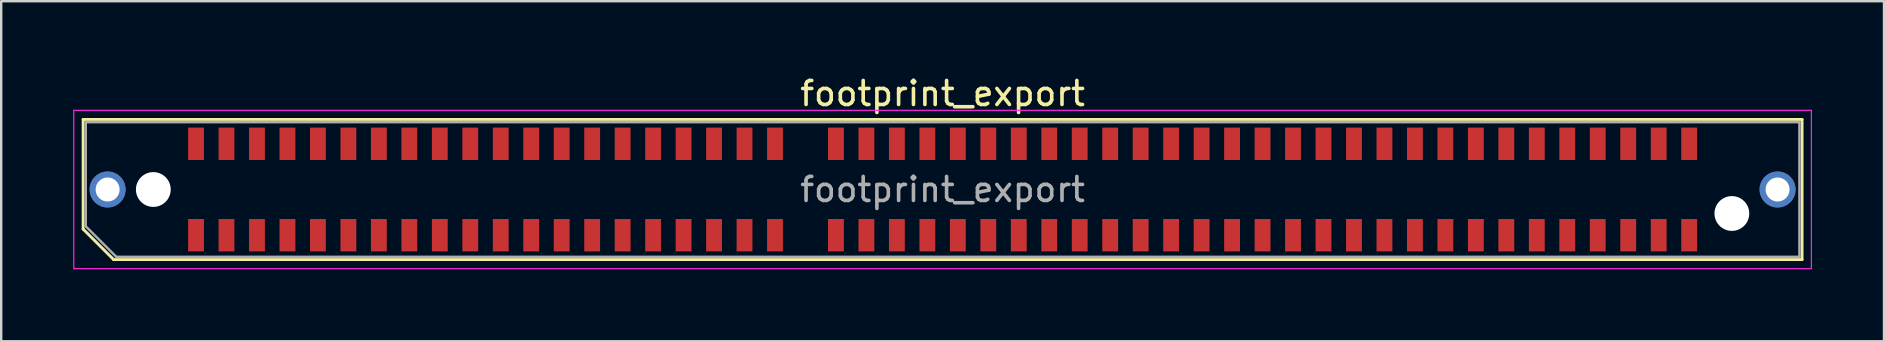
<source format=kicad_pcb>
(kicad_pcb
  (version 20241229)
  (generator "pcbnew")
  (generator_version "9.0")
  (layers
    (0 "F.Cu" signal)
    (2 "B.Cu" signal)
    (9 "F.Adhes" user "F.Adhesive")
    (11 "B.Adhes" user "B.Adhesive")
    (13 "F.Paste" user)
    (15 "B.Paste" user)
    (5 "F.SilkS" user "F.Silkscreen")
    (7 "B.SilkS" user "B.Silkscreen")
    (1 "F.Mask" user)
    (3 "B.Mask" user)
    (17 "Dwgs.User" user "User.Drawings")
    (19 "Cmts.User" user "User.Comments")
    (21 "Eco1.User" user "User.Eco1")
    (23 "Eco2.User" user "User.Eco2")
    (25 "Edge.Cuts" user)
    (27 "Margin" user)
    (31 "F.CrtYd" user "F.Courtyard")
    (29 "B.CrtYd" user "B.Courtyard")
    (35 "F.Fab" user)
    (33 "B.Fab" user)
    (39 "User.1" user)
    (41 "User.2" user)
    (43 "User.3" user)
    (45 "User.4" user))
  (footprint "footprint_export"
    (layer "F.Cu")
    (at 36.235 4.848)
    (property "Reference" "footprint_export" (at 0 -4 0) (layer "F.SilkS") (effects (font (size 1 1) (thickness 0.15))))
    (attr smd)
    (fp_line (start -35.82 -2.92) (end 35.82 -2.92) (stroke (width 0.12) (type solid)) (layer "F.SilkS"))
    (fp_line (start -35.82 1.65) (end -35.82 -2.92) (stroke (width 0.12) (type solid)) (layer "F.SilkS"))
    (fp_line (start -34.55 2.92) (end -35.82 1.65) (stroke (width 0.12) (type solid)) (layer "F.SilkS"))
    (fp_line (start -34.55 2.92) (end 35.82 2.92) (stroke (width 0.12) (type solid)) (layer "F.SilkS"))
    (fp_line (start 35.82 2.92) (end 35.82 -2.92) (stroke (width 0.12) (type solid)) (layer "F.SilkS"))
    (fp_line (start -36.21 -3.3) (end -36.21 3.3) (stroke (width 0.05) (type solid)) (layer "F.CrtYd"))
    (fp_line (start -36.21 3.3) (end 36.21 3.3) (stroke (width 0.05) (type solid)) (layer "F.CrtYd"))
    (fp_line (start 36.21 -3.3) (end -36.21 -3.3) (stroke (width 0.05) (type solid)) (layer "F.CrtYd"))
    (fp_line (start 36.21 3.3) (end 36.21 -3.3) (stroke (width 0.05) (type solid)) (layer "F.CrtYd"))
    (fp_line (start -35.71 -2.805) (end 35.71 -2.805) (stroke (width 0.1) (type solid)) (layer "F.Fab"))
    (fp_line (start -35.71 1.535) (end -35.71 -2.805) (stroke (width 0.1) (type solid)) (layer "F.Fab"))
    (fp_line (start -35.71 1.535) (end -34.44 2.805) (stroke (width 0.1) (type solid)) (layer "F.Fab"))
    (fp_line (start -34.44 2.805) (end 35.71 2.805) (stroke (width 0.1) (type solid)) (layer "F.Fab"))
    (fp_line (start 35.71 2.805) (end 35.71 -2.805) (stroke (width 0.1) (type solid)) (layer "F.Fab"))
    (fp_text user "${REFERENCE}" (at 0 0 0) (layer "F.Fab") (effects (font (size 1 1) (thickness 0.15))))
    (pad "" thru_hole circle (at -34.8 0) (size 1.5 1.5) (drill 1) (layers "*.Cu" "*.Mask"))
    (pad "" np_thru_hole circle (at -32.895 0) (size 1.45 1.45) (drill 1.45) (layers "*.Cu" "*.Mask"))
    (pad "" np_thru_hole circle (at 32.895 1) (size 1.45 1.45) (drill 1.45) (layers "*.Cu" "*.Mask"))
    (pad "" thru_hole circle (at 34.8 0) (size 1.5 1.5) (drill 1) (layers "*.Cu" "*.Mask"))
    (pad "1" smd rect (at -31.115 1.905) (size 0.66 1.35) (layers "F.Cu" "F.Mask" "F.Paste"))
    (pad "2" smd rect (at -31.115 -1.905) (size 0.66 1.35) (layers "F.Cu" "F.Mask" "F.Paste"))
    (pad "3" smd rect (at -29.845 1.905) (size 0.66 1.35) (layers "F.Cu" "F.Mask" "F.Paste"))
    (pad "4" smd rect (at -29.845 -1.905) (size 0.66 1.35) (layers "F.Cu" "F.Mask" "F.Paste"))
    (pad "5" smd rect (at -28.575 1.905) (size 0.66 1.35) (layers "F.Cu" "F.Mask" "F.Paste"))
    (pad "6" smd rect (at -28.575 -1.905) (size 0.66 1.35) (layers "F.Cu" "F.Mask" "F.Paste"))
    (pad "7" smd rect (at -27.305 1.905) (size 0.66 1.35) (layers "F.Cu" "F.Mask" "F.Paste"))
    (pad "8" smd rect (at -27.305 -1.905) (size 0.66 1.35) (layers "F.Cu" "F.Mask" "F.Paste"))
    (pad "9" smd rect (at -26.035 1.905) (size 0.66 1.35) (layers "F.Cu" "F.Mask" "F.Paste"))
    (pad "10" smd rect (at -26.035 -1.905) (size 0.66 1.35) (layers "F.Cu" "F.Mask" "F.Paste"))
    (pad "11" smd rect (at -24.765 1.905) (size 0.66 1.35) (layers "F.Cu" "F.Mask" "F.Paste"))
    (pad "12" smd rect (at -24.765 -1.905) (size 0.66 1.35) (layers "F.Cu" "F.Mask" "F.Paste"))
    (pad "13" smd rect (at -23.495 1.905) (size 0.66 1.35) (layers "F.Cu" "F.Mask" "F.Paste"))
    (pad "14" smd rect (at -23.495 -1.905) (size 0.66 1.35) (layers "F.Cu" "F.Mask" "F.Paste"))
    (pad "15" smd rect (at -22.225 1.905) (size 0.66 1.35) (layers "F.Cu" "F.Mask" "F.Paste"))
    (pad "16" smd rect (at -22.225 -1.905) (size 0.66 1.35) (layers "F.Cu" "F.Mask" "F.Paste"))
    (pad "17" smd rect (at -20.955 1.905) (size 0.66 1.35) (layers "F.Cu" "F.Mask" "F.Paste"))
    (pad "18" smd rect (at -20.955 -1.905) (size 0.66 1.35) (layers "F.Cu" "F.Mask" "F.Paste"))
    (pad "19" smd rect (at -19.685 1.905) (size 0.66 1.35) (layers "F.Cu" "F.Mask" "F.Paste"))
    (pad "20" smd rect (at -19.685 -1.905) (size 0.66 1.35) (layers "F.Cu" "F.Mask" "F.Paste"))
    (pad "21" smd rect (at -18.415 1.905) (size 0.66 1.35) (layers "F.Cu" "F.Mask" "F.Paste"))
    (pad "22" smd rect (at -18.415 -1.905) (size 0.66 1.35) (layers "F.Cu" "F.Mask" "F.Paste"))
    (pad "23" smd rect (at -17.145 1.905) (size 0.66 1.35) (layers "F.Cu" "F.Mask" "F.Paste"))
    (pad "24" smd rect (at -17.145 -1.905) (size 0.66 1.35) (layers "F.Cu" "F.Mask" "F.Paste"))
    (pad "25" smd rect (at -15.875 1.905) (size 0.66 1.35) (layers "F.Cu" "F.Mask" "F.Paste"))
    (pad "26" smd rect (at -15.875 -1.905) (size 0.66 1.35) (layers "F.Cu" "F.Mask" "F.Paste"))
    (pad "27" smd rect (at -14.605 1.905) (size 0.66 1.35) (layers "F.Cu" "F.Mask" "F.Paste"))
    (pad "28" smd rect (at -14.605 -1.905) (size 0.66 1.35) (layers "F.Cu" "F.Mask" "F.Paste"))
    (pad "29" smd rect (at -13.335 1.905) (size 0.66 1.35) (layers "F.Cu" "F.Mask" "F.Paste"))
    (pad "30" smd rect (at -13.335 -1.905) (size 0.66 1.35) (layers "F.Cu" "F.Mask" "F.Paste"))
    (pad "31" smd rect (at -12.065 1.905) (size 0.66 1.35) (layers "F.Cu" "F.Mask" "F.Paste"))
    (pad "32" smd rect (at -12.065 -1.905) (size 0.66 1.35) (layers "F.Cu" "F.Mask" "F.Paste"))
    (pad "33" smd rect (at -10.795 1.905) (size 0.66 1.35) (layers "F.Cu" "F.Mask" "F.Paste"))
    (pad "34" smd rect (at -10.795 -1.905) (size 0.66 1.35) (layers "F.Cu" "F.Mask" "F.Paste"))
    (pad "35" smd rect (at -9.525 1.905) (size 0.66 1.35) (layers "F.Cu" "F.Mask" "F.Paste"))
    (pad "36" smd rect (at -9.525 -1.905) (size 0.66 1.35) (layers "F.Cu" "F.Mask" "F.Paste"))
    (pad "37" smd rect (at -8.255 1.905) (size 0.66 1.35) (layers "F.Cu" "F.Mask" "F.Paste"))
    (pad "38" smd rect (at -8.255 -1.905) (size 0.66 1.35) (layers "F.Cu" "F.Mask" "F.Paste"))
    (pad "39" smd rect (at -6.985 1.905) (size 0.66 1.35) (layers "F.Cu" "F.Mask" "F.Paste"))
    (pad "40" smd rect (at -6.985 -1.905) (size 0.66 1.35) (layers "F.Cu" "F.Mask" "F.Paste"))
    (pad "43" smd rect (at -4.445 1.905) (size 0.66 1.35) (layers "F.Cu" "F.Mask" "F.Paste"))
    (pad "44" smd rect (at -4.445 -1.905) (size 0.66 1.35) (layers "F.Cu" "F.Mask" "F.Paste"))
    (pad "45" smd rect (at -3.175 1.905) (size 0.66 1.35) (layers "F.Cu" "F.Mask" "F.Paste"))
    (pad "46" smd rect (at -3.175 -1.905) (size 0.66 1.35) (layers "F.Cu" "F.Mask" "F.Paste"))
    (pad "47" smd rect (at -1.905 1.905) (size 0.66 1.35) (layers "F.Cu" "F.Mask" "F.Paste"))
    (pad "48" smd rect (at -1.905 -1.905) (size 0.66 1.35) (layers "F.Cu" "F.Mask" "F.Paste"))
    (pad "49" smd rect (at -0.635 1.905) (size 0.66 1.35) (layers "F.Cu" "F.Mask" "F.Paste"))
    (pad "50" smd rect (at -0.635 -1.905) (size 0.66 1.35) (layers "F.Cu" "F.Mask" "F.Paste"))
    (pad "51" smd rect (at 0.635 1.905) (size 0.66 1.35) (layers "F.Cu" "F.Mask" "F.Paste"))
    (pad "52" smd rect (at 0.635 -1.905) (size 0.66 1.35) (layers "F.Cu" "F.Mask" "F.Paste"))
    (pad "53" smd rect (at 1.905 1.905) (size 0.66 1.35) (layers "F.Cu" "F.Mask" "F.Paste"))
    (pad "54" smd rect (at 1.905 -1.905) (size 0.66 1.35) (layers "F.Cu" "F.Mask" "F.Paste"))
    (pad "55" smd rect (at 3.175 1.905) (size 0.66 1.35) (layers "F.Cu" "F.Mask" "F.Paste"))
    (pad "56" smd rect (at 3.175 -1.905) (size 0.66 1.35) (layers "F.Cu" "F.Mask" "F.Paste"))
    (pad "57" smd rect (at 4.445 1.905) (size 0.66 1.35) (layers "F.Cu" "F.Mask" "F.Paste"))
    (pad "58" smd rect (at 4.445 -1.905) (size 0.66 1.35) (layers "F.Cu" "F.Mask" "F.Paste"))
    (pad "59" smd rect (at 5.715 1.905) (size 0.66 1.35) (layers "F.Cu" "F.Mask" "F.Paste"))
    (pad "60" smd rect (at 5.715 -1.905) (size 0.66 1.35) (layers "F.Cu" "F.Mask" "F.Paste"))
    (pad "61" smd rect (at 6.985 1.905) (size 0.66 1.35) (layers "F.Cu" "F.Mask" "F.Paste"))
    (pad "62" smd rect (at 6.985 -1.905) (size 0.66 1.35) (layers "F.Cu" "F.Mask" "F.Paste"))
    (pad "63" smd rect (at 8.255 1.905) (size 0.66 1.35) (layers "F.Cu" "F.Mask" "F.Paste"))
    (pad "64" smd rect (at 8.255 -1.905) (size 0.66 1.35) (layers "F.Cu" "F.Mask" "F.Paste"))
    (pad "65" smd rect (at 9.525 1.905) (size 0.66 1.35) (layers "F.Cu" "F.Mask" "F.Paste"))
    (pad "66" smd rect (at 9.525 -1.905) (size 0.66 1.35) (layers "F.Cu" "F.Mask" "F.Paste"))
    (pad "67" smd rect (at 10.795 1.905) (size 0.66 1.35) (layers "F.Cu" "F.Mask" "F.Paste"))
    (pad "68" smd rect (at 10.795 -1.905) (size 0.66 1.35) (layers "F.Cu" "F.Mask" "F.Paste"))
    (pad "69" smd rect (at 12.065 1.905) (size 0.66 1.35) (layers "F.Cu" "F.Mask" "F.Paste"))
    (pad "70" smd rect (at 12.065 -1.905) (size 0.66 1.35) (layers "F.Cu" "F.Mask" "F.Paste"))
    (pad "71" smd rect (at 13.335 1.905) (size 0.66 1.35) (layers "F.Cu" "F.Mask" "F.Paste"))
    (pad "72" smd rect (at 13.335 -1.905) (size 0.66 1.35) (layers "F.Cu" "F.Mask" "F.Paste"))
    (pad "73" smd rect (at 14.605 1.905) (size 0.66 1.35) (layers "F.Cu" "F.Mask" "F.Paste"))
    (pad "74" smd rect (at 14.605 -1.905) (size 0.66 1.35) (layers "F.Cu" "F.Mask" "F.Paste"))
    (pad "75" smd rect (at 15.875 1.905) (size 0.66 1.35) (layers "F.Cu" "F.Mask" "F.Paste"))
    (pad "76" smd rect (at 15.875 -1.905) (size 0.66 1.35) (layers "F.Cu" "F.Mask" "F.Paste"))
    (pad "77" smd rect (at 17.145 1.905) (size 0.66 1.35) (layers "F.Cu" "F.Mask" "F.Paste"))
    (pad "78" smd rect (at 17.145 -1.905) (size 0.66 1.35) (layers "F.Cu" "F.Mask" "F.Paste"))
    (pad "79" smd rect (at 18.415 1.905) (size 0.66 1.35) (layers "F.Cu" "F.Mask" "F.Paste"))
    (pad "80" smd rect (at 18.415 -1.905) (size 0.66 1.35) (layers "F.Cu" "F.Mask" "F.Paste"))
    (pad "81" smd rect (at 19.685 1.905) (size 0.66 1.35) (layers "F.Cu" "F.Mask" "F.Paste"))
    (pad "82" smd rect (at 19.685 -1.905) (size 0.66 1.35) (layers "F.Cu" "F.Mask" "F.Paste"))
    (pad "83" smd rect (at 20.955 1.905) (size 0.66 1.35) (layers "F.Cu" "F.Mask" "F.Paste"))
    (pad "84" smd rect (at 20.955 -1.905) (size 0.66 1.35) (layers "F.Cu" "F.Mask" "F.Paste"))
    (pad "85" smd rect (at 22.225 1.905) (size 0.66 1.35) (layers "F.Cu" "F.Mask" "F.Paste"))
    (pad "86" smd rect (at 22.225 -1.905) (size 0.66 1.35) (layers "F.Cu" "F.Mask" "F.Paste"))
    (pad "87" smd rect (at 23.495 1.905) (size 0.66 1.35) (layers "F.Cu" "F.Mask" "F.Paste"))
    (pad "88" smd rect (at 23.495 -1.905) (size 0.66 1.35) (layers "F.Cu" "F.Mask" "F.Paste"))
    (pad "89" smd rect (at 24.765 1.905) (size 0.66 1.35) (layers "F.Cu" "F.Mask" "F.Paste"))
    (pad "90" smd rect (at 24.765 -1.905) (size 0.66 1.35) (layers "F.Cu" "F.Mask" "F.Paste"))
    (pad "91" smd rect (at 26.035 1.905) (size 0.66 1.35) (layers "F.Cu" "F.Mask" "F.Paste"))
    (pad "92" smd rect (at 26.035 -1.905) (size 0.66 1.35) (layers "F.Cu" "F.Mask" "F.Paste"))
    (pad "93" smd rect (at 27.305 1.905) (size 0.66 1.35) (layers "F.Cu" "F.Mask" "F.Paste"))
    (pad "94" smd rect (at 27.305 -1.905) (size 0.66 1.35) (layers "F.Cu" "F.Mask" "F.Paste"))
    (pad "95" smd rect (at 28.575 1.905) (size 0.66 1.35) (layers "F.Cu" "F.Mask" "F.Paste"))
    (pad "96" smd rect (at 28.575 -1.905) (size 0.66 1.35) (layers "F.Cu" "F.Mask" "F.Paste"))
    (pad "97" smd rect (at 29.845 1.905) (size 0.66 1.35) (layers "F.Cu" "F.Mask" "F.Paste"))
    (pad "98" smd rect (at 29.845 -1.905) (size 0.66 1.35) (layers "F.Cu" "F.Mask" "F.Paste"))
    (pad "99" smd rect (at 31.115 1.905) (size 0.66 1.35) (layers "F.Cu" "F.Mask" "F.Paste"))
    (pad "100" smd rect (at 31.115 -1.905) (size 0.66 1.35) (layers "F.Cu" "F.Mask" "F.Paste")))
  (gr_rect
    (start -3 -3)
    (end 75.47 11.173)
    (stroke (width 0.1) (type default))
    (fill no)
    (layer "Edge.Cuts")))
</source>
